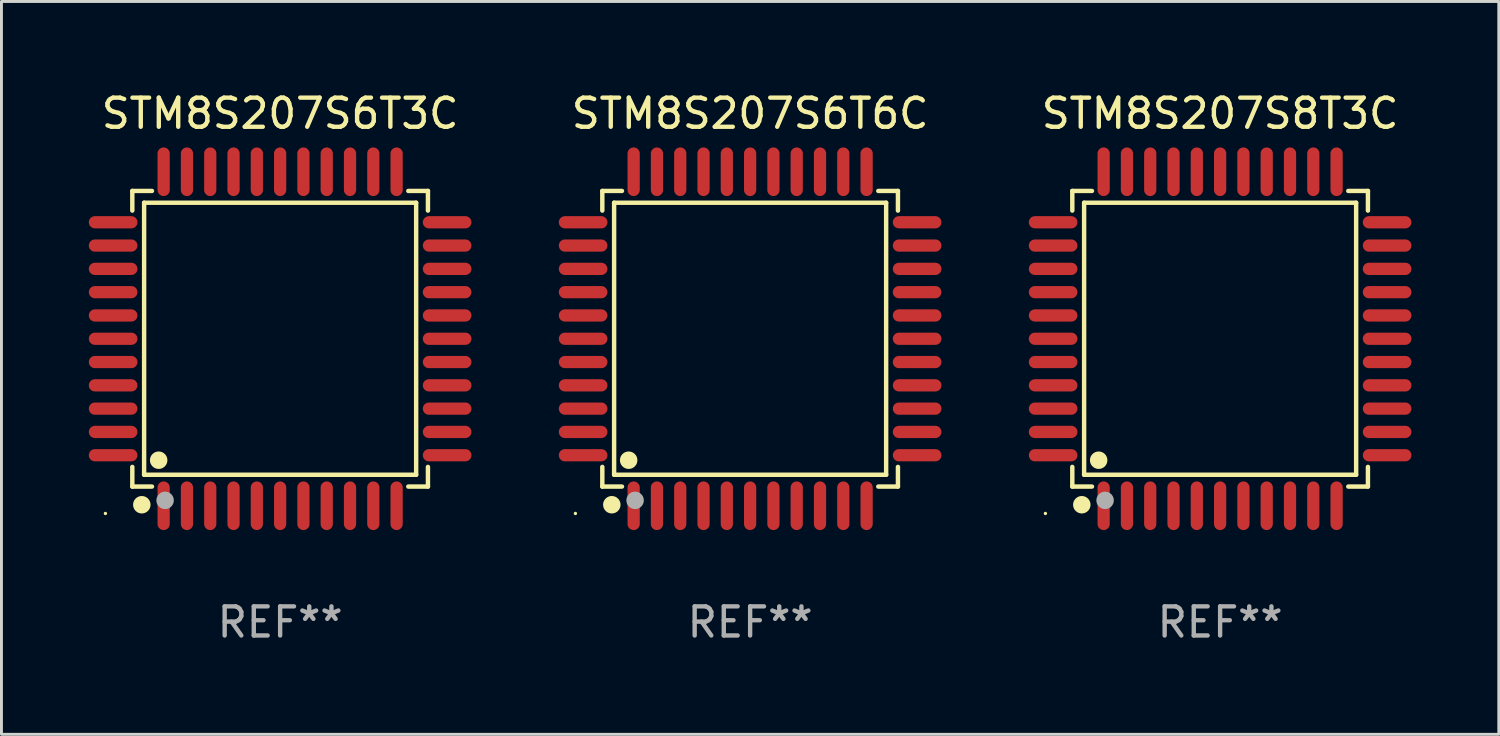
<source format=kicad_pcb>
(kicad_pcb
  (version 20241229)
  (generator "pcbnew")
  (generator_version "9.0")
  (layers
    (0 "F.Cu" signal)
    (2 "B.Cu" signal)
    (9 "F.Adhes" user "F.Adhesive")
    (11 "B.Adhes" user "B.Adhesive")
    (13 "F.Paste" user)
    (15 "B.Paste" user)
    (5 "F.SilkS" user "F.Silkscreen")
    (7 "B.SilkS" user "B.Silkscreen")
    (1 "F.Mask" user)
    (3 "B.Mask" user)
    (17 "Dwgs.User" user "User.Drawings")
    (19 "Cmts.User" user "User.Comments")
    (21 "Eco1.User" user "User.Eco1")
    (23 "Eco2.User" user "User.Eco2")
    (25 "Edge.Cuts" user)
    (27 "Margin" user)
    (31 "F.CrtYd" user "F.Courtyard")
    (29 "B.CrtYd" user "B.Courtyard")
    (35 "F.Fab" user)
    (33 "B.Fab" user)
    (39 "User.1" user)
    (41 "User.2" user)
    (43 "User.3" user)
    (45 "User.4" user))
  (footprint "STM8S207S8T3C"
    (layer "F.Cu")
    (at 38.85 8.583)
    (property "Reference" "STM8S207S8T3C" (at 0 -7.735 0) (layer "F.SilkS") (effects (font (size 1 1) (thickness 0.15))))
    (attr through_hole)
    (fp_line (start -5.076 -5.076) (end -4.401 -5.076) (stroke (width 0.152) (type solid)) (layer "F.SilkS"))
    (fp_line (start -5.076 -4.401) (end -5.076 -5.076) (stroke (width 0.152) (type solid)) (layer "F.SilkS"))
    (fp_line (start -5.076 4.401) (end -5.076 5.076) (stroke (width 0.152) (type solid)) (layer "F.SilkS"))
    (fp_line (start -5.076 5.076) (end -4.401 5.076) (stroke (width 0.152) (type solid)) (layer "F.SilkS"))
    (fp_line (start -4.671 -4.671) (end 4.671 -4.671) (stroke (width 0.152) (type solid)) (layer "F.SilkS"))
    (fp_line (start -4.671 4.671) (end -4.671 -4.671) (stroke (width 0.152) (type solid)) (layer "F.SilkS"))
    (fp_line (start 4.671 -4.671) (end 4.671 4.671) (stroke (width 0.152) (type solid)) (layer "F.SilkS"))
    (fp_line (start 4.671 4.671) (end -4.671 4.671) (stroke (width 0.152) (type solid)) (layer "F.SilkS"))
    (fp_line (start 5.076 -5.076) (end 4.401 -5.076) (stroke (width 0.152) (type solid)) (layer "F.SilkS"))
    (fp_line (start 5.076 -4.401) (end 5.076 -5.076) (stroke (width 0.152) (type solid)) (layer "F.SilkS"))
    (fp_line (start 5.076 4.401) (end 5.076 5.076) (stroke (width 0.152) (type solid)) (layer "F.SilkS"))
    (fp_line (start 5.076 5.076) (end 4.401 5.076) (stroke (width 0.152) (type solid)) (layer "F.SilkS"))
    (fp_circle (center -6 6) (end -5.97 6) (stroke (width 0.06) (type solid)) (fill no) (layer "F.SilkS"))
    (fp_circle (center -4.75 5.7) (end -4.6 5.7) (stroke (width 0.3) (type solid)) (fill no) (layer "F.SilkS"))
    (fp_circle (center -4.171 4.171) (end -4.021 4.171) (stroke (width 0.3) (type solid)) (fill no) (layer "F.SilkS"))
    (fp_circle (center -3.95 5.55) (end -3.8 5.55) (stroke (width 0.3) (type solid)) (fill no) (layer "F.Fab"))
    (fp_text user "REF**" (at 0 9.735 0) (layer "F.Fab") (effects (font (size 1 1) (thickness 0.15))))
    (pad "1" smd oval (at -4 5.735) (size 0.42 1.67) (layers "F.Cu" "F.Mask" "F.Paste"))
    (pad "2" smd oval (at -3.2 5.735) (size 0.42 1.67) (layers "F.Cu" "F.Mask" "F.Paste"))
    (pad "3" smd oval (at -2.4 5.735) (size 0.42 1.67) (layers "F.Cu" "F.Mask" "F.Paste"))
    (pad "4" smd oval (at -1.6 5.735) (size 0.42 1.67) (layers "F.Cu" "F.Mask" "F.Paste"))
    (pad "5" smd oval (at -0.8 5.735) (size 0.42 1.67) (layers "F.Cu" "F.Mask" "F.Paste"))
    (pad "6" smd oval (at 0 5.735) (size 0.42 1.67) (layers "F.Cu" "F.Mask" "F.Paste"))
    (pad "7" smd oval (at 0.8 5.735) (size 0.42 1.67) (layers "F.Cu" "F.Mask" "F.Paste"))
    (pad "8" smd oval (at 1.6 5.735) (size 0.42 1.67) (layers "F.Cu" "F.Mask" "F.Paste"))
    (pad "9" smd oval (at 2.4 5.735) (size 0.42 1.67) (layers "F.Cu" "F.Mask" "F.Paste"))
    (pad "10" smd oval (at 3.2 5.735) (size 0.42 1.67) (layers "F.Cu" "F.Mask" "F.Paste"))
    (pad "11" smd oval (at 4 5.735) (size 0.42 1.67) (layers "F.Cu" "F.Mask" "F.Paste"))
    (pad "12" smd oval (at 5.735 4) (size 1.67 0.42) (layers "F.Cu" "F.Mask" "F.Paste"))
    (pad "13" smd oval (at 5.735 3.2) (size 1.67 0.42) (layers "F.Cu" "F.Mask" "F.Paste"))
    (pad "14" smd oval (at 5.735 2.4) (size 1.67 0.42) (layers "F.Cu" "F.Mask" "F.Paste"))
    (pad "15" smd oval (at 5.735 1.6) (size 1.67 0.42) (layers "F.Cu" "F.Mask" "F.Paste"))
    (pad "16" smd oval (at 5.735 0.8) (size 1.67 0.42) (layers "F.Cu" "F.Mask" "F.Paste"))
    (pad "17" smd oval (at 5.735 0) (size 1.67 0.42) (layers "F.Cu" "F.Mask" "F.Paste"))
    (pad "18" smd oval (at 5.735 -0.8) (size 1.67 0.42) (layers "F.Cu" "F.Mask" "F.Paste"))
    (pad "19" smd oval (at 5.735 -1.6) (size 1.67 0.42) (layers "F.Cu" "F.Mask" "F.Paste"))
    (pad "20" smd oval (at 5.735 -2.4) (size 1.67 0.42) (layers "F.Cu" "F.Mask" "F.Paste"))
    (pad "21" smd oval (at 5.735 -3.2) (size 1.67 0.42) (layers "F.Cu" "F.Mask" "F.Paste"))
    (pad "22" smd oval (at 5.735 -4) (size 1.67 0.42) (layers "F.Cu" "F.Mask" "F.Paste"))
    (pad "23" smd oval (at 4 -5.735) (size 0.42 1.67) (layers "F.Cu" "F.Mask" "F.Paste"))
    (pad "24" smd oval (at 3.2 -5.735) (size 0.42 1.67) (layers "F.Cu" "F.Mask" "F.Paste"))
    (pad "25" smd oval (at 2.4 -5.735) (size 0.42 1.67) (layers "F.Cu" "F.Mask" "F.Paste"))
    (pad "26" smd oval (at 1.6 -5.735) (size 0.42 1.67) (layers "F.Cu" "F.Mask" "F.Paste"))
    (pad "27" smd oval (at 0.8 -5.735) (size 0.42 1.67) (layers "F.Cu" "F.Mask" "F.Paste"))
    (pad "28" smd oval (at 0 -5.735) (size 0.42 1.67) (layers "F.Cu" "F.Mask" "F.Paste"))
    (pad "29" smd oval (at -0.8 -5.735) (size 0.42 1.67) (layers "F.Cu" "F.Mask" "F.Paste"))
    (pad "30" smd oval (at -1.6 -5.735) (size 0.42 1.67) (layers "F.Cu" "F.Mask" "F.Paste"))
    (pad "31" smd oval (at -2.4 -5.735) (size 0.42 1.67) (layers "F.Cu" "F.Mask" "F.Paste"))
    (pad "32" smd oval (at -3.2 -5.735) (size 0.42 1.67) (layers "F.Cu" "F.Mask" "F.Paste"))
    (pad "33" smd oval (at -4 -5.735) (size 0.42 1.67) (layers "F.Cu" "F.Mask" "F.Paste"))
    (pad "34" smd oval (at -5.735 -4) (size 1.67 0.42) (layers "F.Cu" "F.Mask" "F.Paste"))
    (pad "35" smd oval (at -5.735 -3.2) (size 1.67 0.42) (layers "F.Cu" "F.Mask" "F.Paste"))
    (pad "36" smd oval (at -5.735 -2.4) (size 1.67 0.42) (layers "F.Cu" "F.Mask" "F.Paste"))
    (pad "37" smd oval (at -5.735 -1.6) (size 1.67 0.42) (layers "F.Cu" "F.Mask" "F.Paste"))
    (pad "38" smd oval (at -5.735 -0.8) (size 1.67 0.42) (layers "F.Cu" "F.Mask" "F.Paste"))
    (pad "39" smd oval (at -5.735 0) (size 1.67 0.42) (layers "F.Cu" "F.Mask" "F.Paste"))
    (pad "40" smd oval (at -5.735 0.8) (size 1.67 0.42) (layers "F.Cu" "F.Mask" "F.Paste"))
    (pad "41" smd oval (at -5.735 1.6) (size 1.67 0.42) (layers "F.Cu" "F.Mask" "F.Paste"))
    (pad "42" smd oval (at -5.735 2.4) (size 1.67 0.42) (layers "F.Cu" "F.Mask" "F.Paste"))
    (pad "43" smd oval (at -5.735 3.2) (size 1.67 0.42) (layers "F.Cu" "F.Mask" "F.Paste"))
    (pad "44" smd oval (at -5.735 4) (size 1.67 0.42) (layers "F.Cu" "F.Mask" "F.Paste")))
  (footprint "STM8S207S6T6C"
    (layer "F.Cu")
    (at 22.71 8.583)
    (property "Reference" "STM8S207S6T6C" (at 0 -7.735 0) (layer "F.SilkS") (effects (font (size 1 1) (thickness 0.15))))
    (attr through_hole)
    (fp_line (start -5.076 -5.076) (end -4.401 -5.076) (stroke (width 0.152) (type solid)) (layer "F.SilkS"))
    (fp_line (start -5.076 -4.401) (end -5.076 -5.076) (stroke (width 0.152) (type solid)) (layer "F.SilkS"))
    (fp_line (start -5.076 4.401) (end -5.076 5.076) (stroke (width 0.152) (type solid)) (layer "F.SilkS"))
    (fp_line (start -5.076 5.076) (end -4.401 5.076) (stroke (width 0.152) (type solid)) (layer "F.SilkS"))
    (fp_line (start -4.671 -4.671) (end 4.671 -4.671) (stroke (width 0.152) (type solid)) (layer "F.SilkS"))
    (fp_line (start -4.671 4.671) (end -4.671 -4.671) (stroke (width 0.152) (type solid)) (layer "F.SilkS"))
    (fp_line (start 4.671 -4.671) (end 4.671 4.671) (stroke (width 0.152) (type solid)) (layer "F.SilkS"))
    (fp_line (start 4.671 4.671) (end -4.671 4.671) (stroke (width 0.152) (type solid)) (layer "F.SilkS"))
    (fp_line (start 5.076 -5.076) (end 4.401 -5.076) (stroke (width 0.152) (type solid)) (layer "F.SilkS"))
    (fp_line (start 5.076 -4.401) (end 5.076 -5.076) (stroke (width 0.152) (type solid)) (layer "F.SilkS"))
    (fp_line (start 5.076 4.401) (end 5.076 5.076) (stroke (width 0.152) (type solid)) (layer "F.SilkS"))
    (fp_line (start 5.076 5.076) (end 4.401 5.076) (stroke (width 0.152) (type solid)) (layer "F.SilkS"))
    (fp_circle (center -6 6) (end -5.97 6) (stroke (width 0.06) (type solid)) (fill no) (layer "F.SilkS"))
    (fp_circle (center -4.75 5.7) (end -4.6 5.7) (stroke (width 0.3) (type solid)) (fill no) (layer "F.SilkS"))
    (fp_circle (center -4.171 4.171) (end -4.021 4.171) (stroke (width 0.3) (type solid)) (fill no) (layer "F.SilkS"))
    (fp_circle (center -3.95 5.55) (end -3.8 5.55) (stroke (width 0.3) (type solid)) (fill no) (layer "F.Fab"))
    (fp_text user "REF**" (at 0 9.735 0) (layer "F.Fab") (effects (font (size 1 1) (thickness 0.15))))
    (pad "1" smd oval (at -4 5.735) (size 0.42 1.67) (layers "F.Cu" "F.Mask" "F.Paste"))
    (pad "2" smd oval (at -3.2 5.735) (size 0.42 1.67) (layers "F.Cu" "F.Mask" "F.Paste"))
    (pad "3" smd oval (at -2.4 5.735) (size 0.42 1.67) (layers "F.Cu" "F.Mask" "F.Paste"))
    (pad "4" smd oval (at -1.6 5.735) (size 0.42 1.67) (layers "F.Cu" "F.Mask" "F.Paste"))
    (pad "5" smd oval (at -0.8 5.735) (size 0.42 1.67) (layers "F.Cu" "F.Mask" "F.Paste"))
    (pad "6" smd oval (at 0 5.735) (size 0.42 1.67) (layers "F.Cu" "F.Mask" "F.Paste"))
    (pad "7" smd oval (at 0.8 5.735) (size 0.42 1.67) (layers "F.Cu" "F.Mask" "F.Paste"))
    (pad "8" smd oval (at 1.6 5.735) (size 0.42 1.67) (layers "F.Cu" "F.Mask" "F.Paste"))
    (pad "9" smd oval (at 2.4 5.735) (size 0.42 1.67) (layers "F.Cu" "F.Mask" "F.Paste"))
    (pad "10" smd oval (at 3.2 5.735) (size 0.42 1.67) (layers "F.Cu" "F.Mask" "F.Paste"))
    (pad "11" smd oval (at 4 5.735) (size 0.42 1.67) (layers "F.Cu" "F.Mask" "F.Paste"))
    (pad "12" smd oval (at 5.735 4) (size 1.67 0.42) (layers "F.Cu" "F.Mask" "F.Paste"))
    (pad "13" smd oval (at 5.735 3.2) (size 1.67 0.42) (layers "F.Cu" "F.Mask" "F.Paste"))
    (pad "14" smd oval (at 5.735 2.4) (size 1.67 0.42) (layers "F.Cu" "F.Mask" "F.Paste"))
    (pad "15" smd oval (at 5.735 1.6) (size 1.67 0.42) (layers "F.Cu" "F.Mask" "F.Paste"))
    (pad "16" smd oval (at 5.735 0.8) (size 1.67 0.42) (layers "F.Cu" "F.Mask" "F.Paste"))
    (pad "17" smd oval (at 5.735 0) (size 1.67 0.42) (layers "F.Cu" "F.Mask" "F.Paste"))
    (pad "18" smd oval (at 5.735 -0.8) (size 1.67 0.42) (layers "F.Cu" "F.Mask" "F.Paste"))
    (pad "19" smd oval (at 5.735 -1.6) (size 1.67 0.42) (layers "F.Cu" "F.Mask" "F.Paste"))
    (pad "20" smd oval (at 5.735 -2.4) (size 1.67 0.42) (layers "F.Cu" "F.Mask" "F.Paste"))
    (pad "21" smd oval (at 5.735 -3.2) (size 1.67 0.42) (layers "F.Cu" "F.Mask" "F.Paste"))
    (pad "22" smd oval (at 5.735 -4) (size 1.67 0.42) (layers "F.Cu" "F.Mask" "F.Paste"))
    (pad "23" smd oval (at 4 -5.735) (size 0.42 1.67) (layers "F.Cu" "F.Mask" "F.Paste"))
    (pad "24" smd oval (at 3.2 -5.735) (size 0.42 1.67) (layers "F.Cu" "F.Mask" "F.Paste"))
    (pad "25" smd oval (at 2.4 -5.735) (size 0.42 1.67) (layers "F.Cu" "F.Mask" "F.Paste"))
    (pad "26" smd oval (at 1.6 -5.735) (size 0.42 1.67) (layers "F.Cu" "F.Mask" "F.Paste"))
    (pad "27" smd oval (at 0.8 -5.735) (size 0.42 1.67) (layers "F.Cu" "F.Mask" "F.Paste"))
    (pad "28" smd oval (at 0 -5.735) (size 0.42 1.67) (layers "F.Cu" "F.Mask" "F.Paste"))
    (pad "29" smd oval (at -0.8 -5.735) (size 0.42 1.67) (layers "F.Cu" "F.Mask" "F.Paste"))
    (pad "30" smd oval (at -1.6 -5.735) (size 0.42 1.67) (layers "F.Cu" "F.Mask" "F.Paste"))
    (pad "31" smd oval (at -2.4 -5.735) (size 0.42 1.67) (layers "F.Cu" "F.Mask" "F.Paste"))
    (pad "32" smd oval (at -3.2 -5.735) (size 0.42 1.67) (layers "F.Cu" "F.Mask" "F.Paste"))
    (pad "33" smd oval (at -4 -5.735) (size 0.42 1.67) (layers "F.Cu" "F.Mask" "F.Paste"))
    (pad "34" smd oval (at -5.735 -4) (size 1.67 0.42) (layers "F.Cu" "F.Mask" "F.Paste"))
    (pad "35" smd oval (at -5.735 -3.2) (size 1.67 0.42) (layers "F.Cu" "F.Mask" "F.Paste"))
    (pad "36" smd oval (at -5.735 -2.4) (size 1.67 0.42) (layers "F.Cu" "F.Mask" "F.Paste"))
    (pad "37" smd oval (at -5.735 -1.6) (size 1.67 0.42) (layers "F.Cu" "F.Mask" "F.Paste"))
    (pad "38" smd oval (at -5.735 -0.8) (size 1.67 0.42) (layers "F.Cu" "F.Mask" "F.Paste"))
    (pad "39" smd oval (at -5.735 0) (size 1.67 0.42) (layers "F.Cu" "F.Mask" "F.Paste"))
    (pad "40" smd oval (at -5.735 0.8) (size 1.67 0.42) (layers "F.Cu" "F.Mask" "F.Paste"))
    (pad "41" smd oval (at -5.735 1.6) (size 1.67 0.42) (layers "F.Cu" "F.Mask" "F.Paste"))
    (pad "42" smd oval (at -5.735 2.4) (size 1.67 0.42) (layers "F.Cu" "F.Mask" "F.Paste"))
    (pad "43" smd oval (at -5.735 3.2) (size 1.67 0.42) (layers "F.Cu" "F.Mask" "F.Paste"))
    (pad "44" smd oval (at -5.735 4) (size 1.67 0.42) (layers "F.Cu" "F.Mask" "F.Paste")))
  (footprint "STM8S207S6T3C"
    (layer "F.Cu")
    (at 6.57 8.583)
    (property "Reference" "STM8S207S6T3C" (at 0 -7.735 0) (layer "F.SilkS") (effects (font (size 1 1) (thickness 0.15))))
    (attr through_hole)
    (fp_line (start -5.076 -5.076) (end -4.401 -5.076) (stroke (width 0.152) (type solid)) (layer "F.SilkS"))
    (fp_line (start -5.076 -4.401) (end -5.076 -5.076) (stroke (width 0.152) (type solid)) (layer "F.SilkS"))
    (fp_line (start -5.076 4.401) (end -5.076 5.076) (stroke (width 0.152) (type solid)) (layer "F.SilkS"))
    (fp_line (start -5.076 5.076) (end -4.401 5.076) (stroke (width 0.152) (type solid)) (layer "F.SilkS"))
    (fp_line (start -4.671 -4.671) (end 4.671 -4.671) (stroke (width 0.152) (type solid)) (layer "F.SilkS"))
    (fp_line (start -4.671 4.671) (end -4.671 -4.671) (stroke (width 0.152) (type solid)) (layer "F.SilkS"))
    (fp_line (start 4.671 -4.671) (end 4.671 4.671) (stroke (width 0.152) (type solid)) (layer "F.SilkS"))
    (fp_line (start 4.671 4.671) (end -4.671 4.671) (stroke (width 0.152) (type solid)) (layer "F.SilkS"))
    (fp_line (start 5.076 -5.076) (end 4.401 -5.076) (stroke (width 0.152) (type solid)) (layer "F.SilkS"))
    (fp_line (start 5.076 -4.401) (end 5.076 -5.076) (stroke (width 0.152) (type solid)) (layer "F.SilkS"))
    (fp_line (start 5.076 4.401) (end 5.076 5.076) (stroke (width 0.152) (type solid)) (layer "F.SilkS"))
    (fp_line (start 5.076 5.076) (end 4.401 5.076) (stroke (width 0.152) (type solid)) (layer "F.SilkS"))
    (fp_circle (center -6 6) (end -5.97 6) (stroke (width 0.06) (type solid)) (fill no) (layer "F.SilkS"))
    (fp_circle (center -4.75 5.7) (end -4.6 5.7) (stroke (width 0.3) (type solid)) (fill no) (layer "F.SilkS"))
    (fp_circle (center -4.171 4.171) (end -4.021 4.171) (stroke (width 0.3) (type solid)) (fill no) (layer "F.SilkS"))
    (fp_circle (center -3.95 5.55) (end -3.8 5.55) (stroke (width 0.3) (type solid)) (fill no) (layer "F.Fab"))
    (fp_text user "REF**" (at 0 9.735 0) (layer "F.Fab") (effects (font (size 1 1) (thickness 0.15))))
    (pad "1" smd oval (at -4 5.735) (size 0.42 1.67) (layers "F.Cu" "F.Mask" "F.Paste"))
    (pad "2" smd oval (at -3.2 5.735) (size 0.42 1.67) (layers "F.Cu" "F.Mask" "F.Paste"))
    (pad "3" smd oval (at -2.4 5.735) (size 0.42 1.67) (layers "F.Cu" "F.Mask" "F.Paste"))
    (pad "4" smd oval (at -1.6 5.735) (size 0.42 1.67) (layers "F.Cu" "F.Mask" "F.Paste"))
    (pad "5" smd oval (at -0.8 5.735) (size 0.42 1.67) (layers "F.Cu" "F.Mask" "F.Paste"))
    (pad "6" smd oval (at 0 5.735) (size 0.42 1.67) (layers "F.Cu" "F.Mask" "F.Paste"))
    (pad "7" smd oval (at 0.8 5.735) (size 0.42 1.67) (layers "F.Cu" "F.Mask" "F.Paste"))
    (pad "8" smd oval (at 1.6 5.735) (size 0.42 1.67) (layers "F.Cu" "F.Mask" "F.Paste"))
    (pad "9" smd oval (at 2.4 5.735) (size 0.42 1.67) (layers "F.Cu" "F.Mask" "F.Paste"))
    (pad "10" smd oval (at 3.2 5.735) (size 0.42 1.67) (layers "F.Cu" "F.Mask" "F.Paste"))
    (pad "11" smd oval (at 4 5.735) (size 0.42 1.67) (layers "F.Cu" "F.Mask" "F.Paste"))
    (pad "12" smd oval (at 5.735 4) (size 1.67 0.42) (layers "F.Cu" "F.Mask" "F.Paste"))
    (pad "13" smd oval (at 5.735 3.2) (size 1.67 0.42) (layers "F.Cu" "F.Mask" "F.Paste"))
    (pad "14" smd oval (at 5.735 2.4) (size 1.67 0.42) (layers "F.Cu" "F.Mask" "F.Paste"))
    (pad "15" smd oval (at 5.735 1.6) (size 1.67 0.42) (layers "F.Cu" "F.Mask" "F.Paste"))
    (pad "16" smd oval (at 5.735 0.8) (size 1.67 0.42) (layers "F.Cu" "F.Mask" "F.Paste"))
    (pad "17" smd oval (at 5.735 0) (size 1.67 0.42) (layers "F.Cu" "F.Mask" "F.Paste"))
    (pad "18" smd oval (at 5.735 -0.8) (size 1.67 0.42) (layers "F.Cu" "F.Mask" "F.Paste"))
    (pad "19" smd oval (at 5.735 -1.6) (size 1.67 0.42) (layers "F.Cu" "F.Mask" "F.Paste"))
    (pad "20" smd oval (at 5.735 -2.4) (size 1.67 0.42) (layers "F.Cu" "F.Mask" "F.Paste"))
    (pad "21" smd oval (at 5.735 -3.2) (size 1.67 0.42) (layers "F.Cu" "F.Mask" "F.Paste"))
    (pad "22" smd oval (at 5.735 -4) (size 1.67 0.42) (layers "F.Cu" "F.Mask" "F.Paste"))
    (pad "23" smd oval (at 4 -5.735) (size 0.42 1.67) (layers "F.Cu" "F.Mask" "F.Paste"))
    (pad "24" smd oval (at 3.2 -5.735) (size 0.42 1.67) (layers "F.Cu" "F.Mask" "F.Paste"))
    (pad "25" smd oval (at 2.4 -5.735) (size 0.42 1.67) (layers "F.Cu" "F.Mask" "F.Paste"))
    (pad "26" smd oval (at 1.6 -5.735) (size 0.42 1.67) (layers "F.Cu" "F.Mask" "F.Paste"))
    (pad "27" smd oval (at 0.8 -5.735) (size 0.42 1.67) (layers "F.Cu" "F.Mask" "F.Paste"))
    (pad "28" smd oval (at 0 -5.735) (size 0.42 1.67) (layers "F.Cu" "F.Mask" "F.Paste"))
    (pad "29" smd oval (at -0.8 -5.735) (size 0.42 1.67) (layers "F.Cu" "F.Mask" "F.Paste"))
    (pad "30" smd oval (at -1.6 -5.735) (size 0.42 1.67) (layers "F.Cu" "F.Mask" "F.Paste"))
    (pad "31" smd oval (at -2.4 -5.735) (size 0.42 1.67) (layers "F.Cu" "F.Mask" "F.Paste"))
    (pad "32" smd oval (at -3.2 -5.735) (size 0.42 1.67) (layers "F.Cu" "F.Mask" "F.Paste"))
    (pad "33" smd oval (at -4 -5.735) (size 0.42 1.67) (layers "F.Cu" "F.Mask" "F.Paste"))
    (pad "34" smd oval (at -5.735 -4) (size 1.67 0.42) (layers "F.Cu" "F.Mask" "F.Paste"))
    (pad "35" smd oval (at -5.735 -3.2) (size 1.67 0.42) (layers "F.Cu" "F.Mask" "F.Paste"))
    (pad "36" smd oval (at -5.735 -2.4) (size 1.67 0.42) (layers "F.Cu" "F.Mask" "F.Paste"))
    (pad "37" smd oval (at -5.735 -1.6) (size 1.67 0.42) (layers "F.Cu" "F.Mask" "F.Paste"))
    (pad "38" smd oval (at -5.735 -0.8) (size 1.67 0.42) (layers "F.Cu" "F.Mask" "F.Paste"))
    (pad "39" smd oval (at -5.735 0) (size 1.67 0.42) (layers "F.Cu" "F.Mask" "F.Paste"))
    (pad "40" smd oval (at -5.735 0.8) (size 1.67 0.42) (layers "F.Cu" "F.Mask" "F.Paste"))
    (pad "41" smd oval (at -5.735 1.6) (size 1.67 0.42) (layers "F.Cu" "F.Mask" "F.Paste"))
    (pad "42" smd oval (at -5.735 2.4) (size 1.67 0.42) (layers "F.Cu" "F.Mask" "F.Paste"))
    (pad "43" smd oval (at -5.735 3.2) (size 1.67 0.42) (layers "F.Cu" "F.Mask" "F.Paste"))
    (pad "44" smd oval (at -5.735 4) (size 1.67 0.42) (layers "F.Cu" "F.Mask" "F.Paste")))
  (gr_rect
    (start -3 -3)
    (end 48.42 22.167)
    (stroke (width 0.1) (type default))
    (fill no)
    (layer "Edge.Cuts")))
</source>
